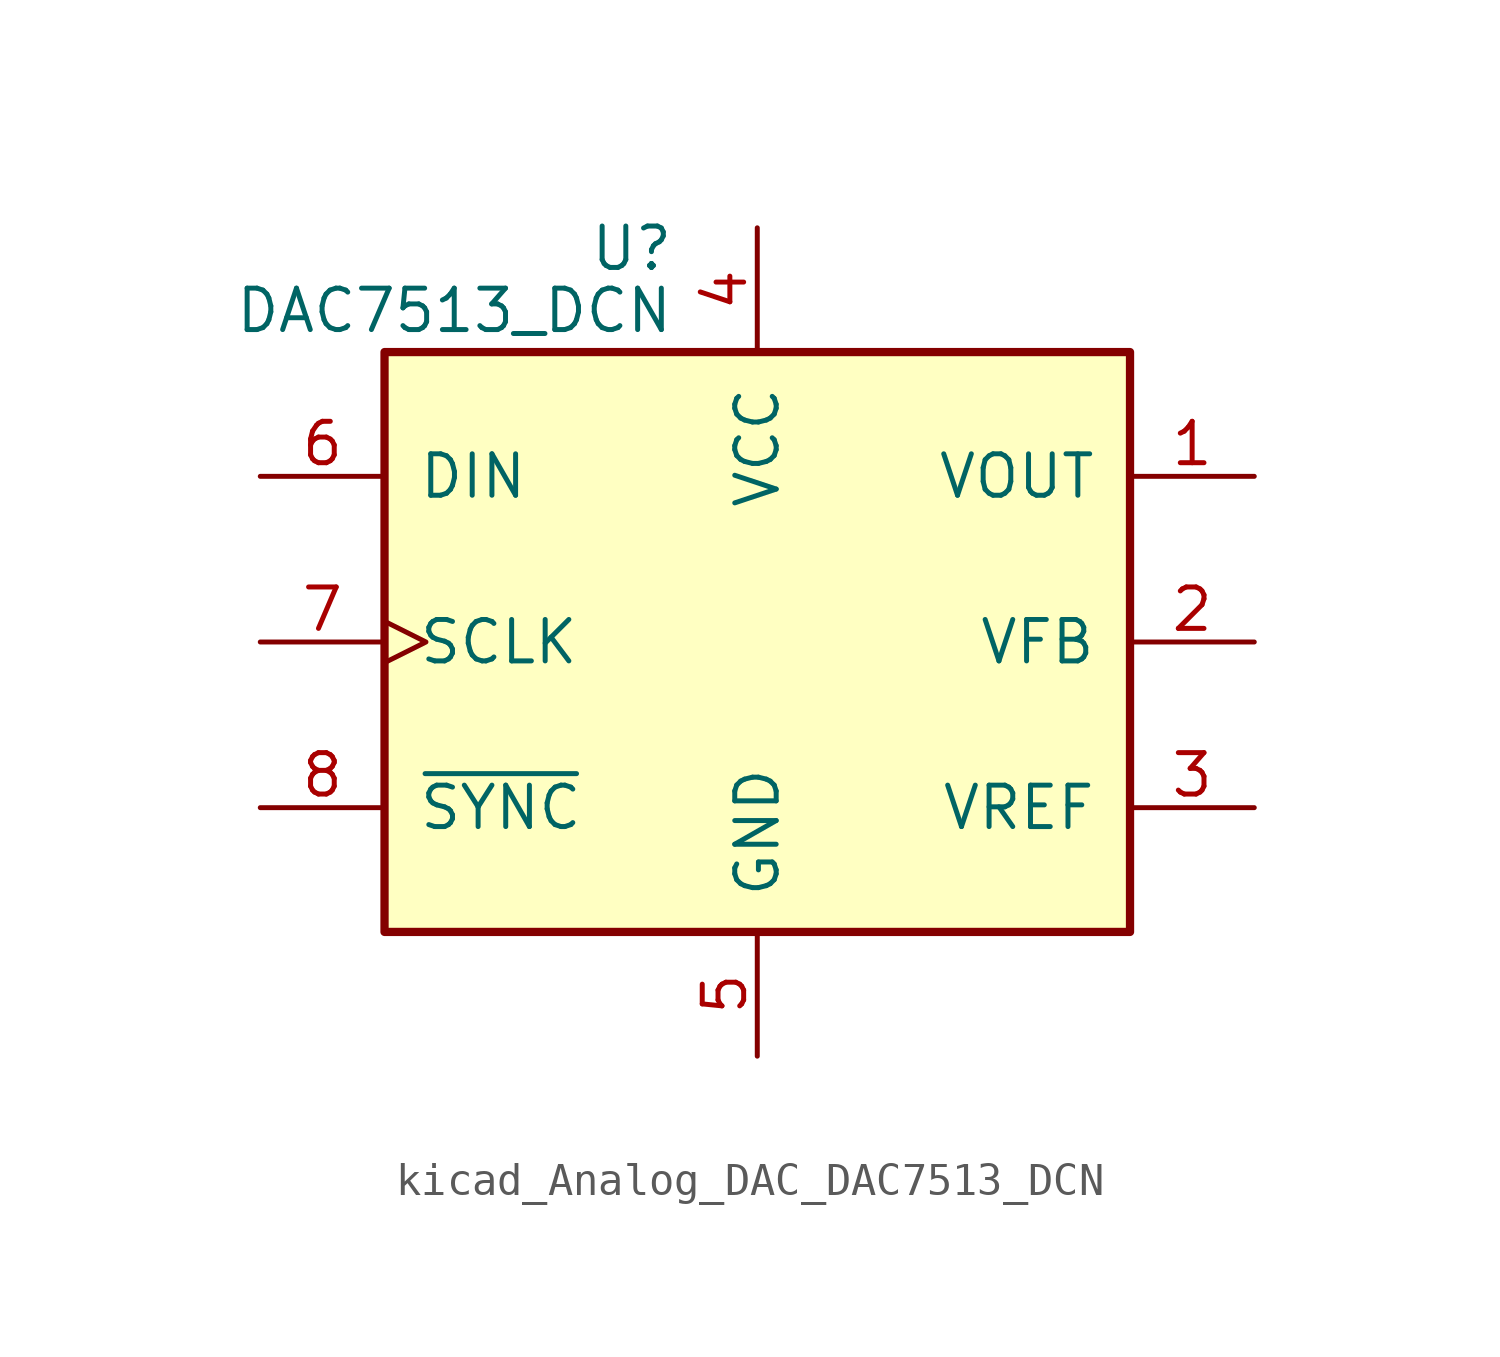
<source format=kicad_sym>
(kicad_symbol_lib
  (version 20220914)
  (generator kicad_symbol_editor)
  (symbol "kicad_Analog_DAC_DAC7513_DCN"
    (pin_names
      (offset 1.016))
    (property "Reference" "U"
      (at -2.54 12.065 0)
      (effects (font (size 1.27 1.27)) (justify right)))
    (property "Value" "DAC7513_DCN"
      (at -2.54 10.16 0)
      (effects (font (size 1.27 1.27)) (justify right)))
    (symbol "kicad_Analog_DAC_DAC7513_DCN_0_1"
      (rectangle (start -11.43 8.89) (end 11.43 -8.89) (stroke (width 0.254) (type default)) (fill (type background))))
    (symbol "kicad_Analog_DAC_DAC7513_DCN_1_1"
      (pin output line (at 15.24 5.08 180) (length 3.81) (name "VOUT" (effects (font (size 1.27 1.27)))) (number "1" (effects (font (size 1.27 1.27)))))
      (pin input line (at 15.24 0 180) (length 3.81) (name "VFB" (effects (font (size 1.27 1.27)))) (number "2" (effects (font (size 1.27 1.27)))))
      (pin input line (at 15.24 -5.08 180) (length 3.81) (name "VREF" (effects (font (size 1.27 1.27)))) (number "3" (effects (font (size 1.27 1.27)))))
      (pin power_in line (at 0 12.7 270) (length 3.81) (name "VCC" (effects (font (size 1.27 1.27)))) (number "4" (effects (font (size 1.27 1.27)))))
      (pin power_in line (at 0 -12.7 90) (length 3.81) (name "GND" (effects (font (size 1.27 1.27)))) (number "5" (effects (font (size 1.27 1.27)))))
      (pin input line (at -15.24 5.08 0) (length 3.81) (name "DIN" (effects (font (size 1.27 1.27)))) (number "6" (effects (font (size 1.27 1.27)))))
      (pin input clock (at -15.24 0 0) (length 3.81) (name "SCLK" (effects (font (size 1.27 1.27)))) (number "7" (effects (font (size 1.27 1.27)))))
      (pin input line (at -15.24 -5.08 0) (length 3.81) (name "~{SYNC}" (effects (font (size 1.27 1.27)))) (number "8" (effects (font (size 1.27 1.27))))))))
</source>
